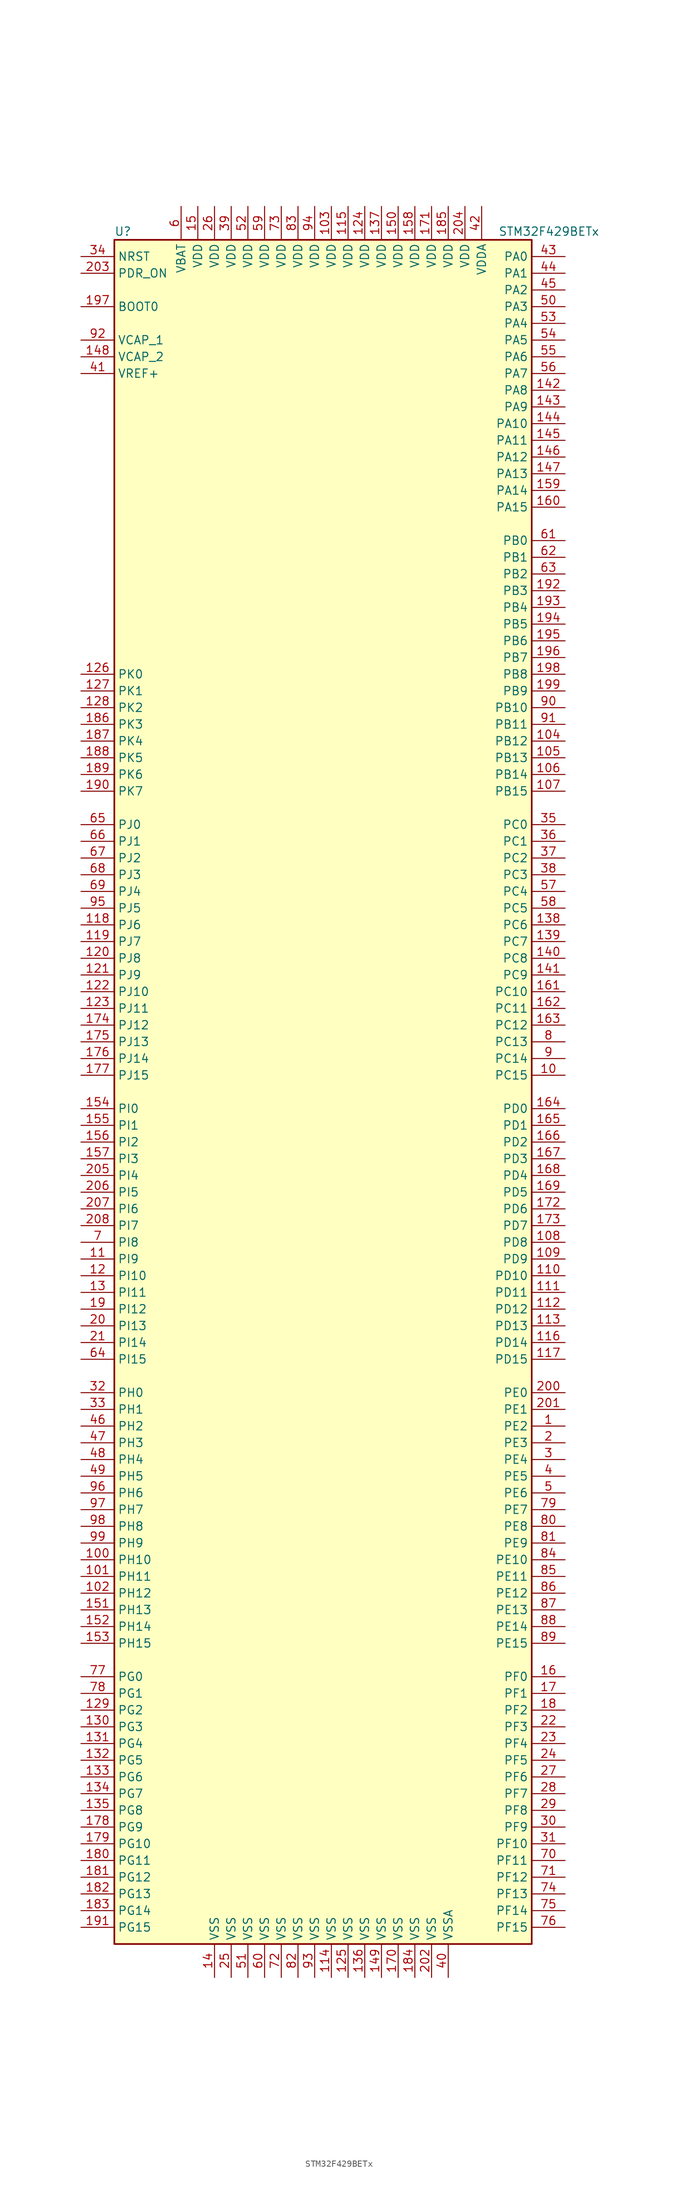
<source format=kicad_sym>
(kicad_symbol_lib
  (version 20201005)
  (generator kicad_symbol_editor)
  (symbol "STM32F429BETx"
    (property "Reference" "U"
      (at -33.02 130.81 0)
      (effects (font (size 1.27 1.27)) (justify left)))
    (property "Value" "STM32F429BETx"
      (at 25.4 130.81 0)
      (effects (font (size 1.27 1.27)) (justify left)))
    (symbol "STM32F429BETx_0_1"
      (rectangle (start -33.02 -129.54) (end 30.48 129.54) (stroke (width 0.254)) (fill (type background))))
    (symbol "STM32F429BETx_1_1"
      (pin bidirectional line (at 35.56 -50.8 180) (length 5.08) (name "PE2" (effects (font (size 1.27 1.27)))) (number "1" (effects (font (size 1.27 1.27)))))
      (pin bidirectional line (at 35.56 2.54 180) (length 5.08) (name "PC15" (effects (font (size 1.27 1.27)))) (number "10" (effects (font (size 1.27 1.27)))))
      (pin bidirectional line (at -38.1 -71.12 0) (length 5.08) (name "PH10" (effects (font (size 1.27 1.27)))) (number "100" (effects (font (size 1.27 1.27)))))
      (pin bidirectional line (at -38.1 -73.66 0) (length 5.08) (name "PH11" (effects (font (size 1.27 1.27)))) (number "101" (effects (font (size 1.27 1.27)))))
      (pin bidirectional line (at -38.1 -76.2 0) (length 5.08) (name "PH12" (effects (font (size 1.27 1.27)))) (number "102" (effects (font (size 1.27 1.27)))))
      (pin power_in line (at 0 134.62 270) (length 5.08) (name "VDD" (effects (font (size 1.27 1.27)))) (number "103" (effects (font (size 1.27 1.27)))))
      (pin bidirectional line (at 35.56 53.34 180) (length 5.08) (name "PB12" (effects (font (size 1.27 1.27)))) (number "104" (effects (font (size 1.27 1.27)))))
      (pin bidirectional line (at 35.56 50.8 180) (length 5.08) (name "PB13" (effects (font (size 1.27 1.27)))) (number "105" (effects (font (size 1.27 1.27)))))
      (pin bidirectional line (at 35.56 48.26 180) (length 5.08) (name "PB14" (effects (font (size 1.27 1.27)))) (number "106" (effects (font (size 1.27 1.27)))))
      (pin bidirectional line (at 35.56 45.72 180) (length 5.08) (name "PB15" (effects (font (size 1.27 1.27)))) (number "107" (effects (font (size 1.27 1.27)))))
      (pin bidirectional line (at 35.56 -22.86 180) (length 5.08) (name "PD8" (effects (font (size 1.27 1.27)))) (number "108" (effects (font (size 1.27 1.27)))))
      (pin bidirectional line (at 35.56 -25.4 180) (length 5.08) (name "PD9" (effects (font (size 1.27 1.27)))) (number "109" (effects (font (size 1.27 1.27)))))
      (pin bidirectional line (at -38.1 -25.4 0) (length 5.08) (name "PI9" (effects (font (size 1.27 1.27)))) (number "11" (effects (font (size 1.27 1.27)))))
      (pin bidirectional line (at 35.56 -27.94 180) (length 5.08) (name "PD10" (effects (font (size 1.27 1.27)))) (number "110" (effects (font (size 1.27 1.27)))))
      (pin bidirectional line (at 35.56 -30.48 180) (length 5.08) (name "PD11" (effects (font (size 1.27 1.27)))) (number "111" (effects (font (size 1.27 1.27)))))
      (pin bidirectional line (at 35.56 -33.02 180) (length 5.08) (name "PD12" (effects (font (size 1.27 1.27)))) (number "112" (effects (font (size 1.27 1.27)))))
      (pin bidirectional line (at 35.56 -35.56 180) (length 5.08) (name "PD13" (effects (font (size 1.27 1.27)))) (number "113" (effects (font (size 1.27 1.27)))))
      (pin power_in line (at 0 -134.62 90) (length 5.08) (name "VSS" (effects (font (size 1.27 1.27)))) (number "114" (effects (font (size 1.27 1.27)))))
      (pin power_in line (at 2.54 134.62 270) (length 5.08) (name "VDD" (effects (font (size 1.27 1.27)))) (number "115" (effects (font (size 1.27 1.27)))))
      (pin bidirectional line (at 35.56 -38.1 180) (length 5.08) (name "PD14" (effects (font (size 1.27 1.27)))) (number "116" (effects (font (size 1.27 1.27)))))
      (pin bidirectional line (at 35.56 -40.64 180) (length 5.08) (name "PD15" (effects (font (size 1.27 1.27)))) (number "117" (effects (font (size 1.27 1.27)))))
      (pin bidirectional line (at -38.1 25.4 0) (length 5.08) (name "PJ6" (effects (font (size 1.27 1.27)))) (number "118" (effects (font (size 1.27 1.27)))))
      (pin bidirectional line (at -38.1 22.86 0) (length 5.08) (name "PJ7" (effects (font (size 1.27 1.27)))) (number "119" (effects (font (size 1.27 1.27)))))
      (pin bidirectional line (at -38.1 -27.94 0) (length 5.08) (name "PI10" (effects (font (size 1.27 1.27)))) (number "12" (effects (font (size 1.27 1.27)))))
      (pin bidirectional line (at -38.1 20.32 0) (length 5.08) (name "PJ8" (effects (font (size 1.27 1.27)))) (number "120" (effects (font (size 1.27 1.27)))))
      (pin bidirectional line (at -38.1 17.78 0) (length 5.08) (name "PJ9" (effects (font (size 1.27 1.27)))) (number "121" (effects (font (size 1.27 1.27)))))
      (pin bidirectional line (at -38.1 15.24 0) (length 5.08) (name "PJ10" (effects (font (size 1.27 1.27)))) (number "122" (effects (font (size 1.27 1.27)))))
      (pin bidirectional line (at -38.1 12.7 0) (length 5.08) (name "PJ11" (effects (font (size 1.27 1.27)))) (number "123" (effects (font (size 1.27 1.27)))))
      (pin power_in line (at 5.08 134.62 270) (length 5.08) (name "VDD" (effects (font (size 1.27 1.27)))) (number "124" (effects (font (size 1.27 1.27)))))
      (pin power_in line (at 2.54 -134.62 90) (length 5.08) (name "VSS" (effects (font (size 1.27 1.27)))) (number "125" (effects (font (size 1.27 1.27)))))
      (pin bidirectional line (at -38.1 63.5 0) (length 5.08) (name "PK0" (effects (font (size 1.27 1.27)))) (number "126" (effects (font (size 1.27 1.27)))))
      (pin bidirectional line (at -38.1 60.96 0) (length 5.08) (name "PK1" (effects (font (size 1.27 1.27)))) (number "127" (effects (font (size 1.27 1.27)))))
      (pin bidirectional line (at -38.1 58.42 0) (length 5.08) (name "PK2" (effects (font (size 1.27 1.27)))) (number "128" (effects (font (size 1.27 1.27)))))
      (pin bidirectional line (at -38.1 -93.98 0) (length 5.08) (name "PG2" (effects (font (size 1.27 1.27)))) (number "129" (effects (font (size 1.27 1.27)))))
      (pin bidirectional line (at -38.1 -30.48 0) (length 5.08) (name "PI11" (effects (font (size 1.27 1.27)))) (number "13" (effects (font (size 1.27 1.27)))))
      (pin bidirectional line (at -38.1 -96.52 0) (length 5.08) (name "PG3" (effects (font (size 1.27 1.27)))) (number "130" (effects (font (size 1.27 1.27)))))
      (pin bidirectional line (at -38.1 -99.06 0) (length 5.08) (name "PG4" (effects (font (size 1.27 1.27)))) (number "131" (effects (font (size 1.27 1.27)))))
      (pin bidirectional line (at -38.1 -101.6 0) (length 5.08) (name "PG5" (effects (font (size 1.27 1.27)))) (number "132" (effects (font (size 1.27 1.27)))))
      (pin bidirectional line (at -38.1 -104.14 0) (length 5.08) (name "PG6" (effects (font (size 1.27 1.27)))) (number "133" (effects (font (size 1.27 1.27)))))
      (pin bidirectional line (at -38.1 -106.68 0) (length 5.08) (name "PG7" (effects (font (size 1.27 1.27)))) (number "134" (effects (font (size 1.27 1.27)))))
      (pin bidirectional line (at -38.1 -109.22 0) (length 5.08) (name "PG8" (effects (font (size 1.27 1.27)))) (number "135" (effects (font (size 1.27 1.27)))))
      (pin power_in line (at 5.08 -134.62 90) (length 5.08) (name "VSS" (effects (font (size 1.27 1.27)))) (number "136" (effects (font (size 1.27 1.27)))))
      (pin power_in line (at 7.62 134.62 270) (length 5.08) (name "VDD" (effects (font (size 1.27 1.27)))) (number "137" (effects (font (size 1.27 1.27)))))
      (pin bidirectional line (at 35.56 25.4 180) (length 5.08) (name "PC6" (effects (font (size 1.27 1.27)))) (number "138" (effects (font (size 1.27 1.27)))))
      (pin bidirectional line (at 35.56 22.86 180) (length 5.08) (name "PC7" (effects (font (size 1.27 1.27)))) (number "139" (effects (font (size 1.27 1.27)))))
      (pin power_in line (at -17.78 -134.62 90) (length 5.08) (name "VSS" (effects (font (size 1.27 1.27)))) (number "14" (effects (font (size 1.27 1.27)))))
      (pin bidirectional line (at 35.56 20.32 180) (length 5.08) (name "PC8" (effects (font (size 1.27 1.27)))) (number "140" (effects (font (size 1.27 1.27)))))
      (pin bidirectional line (at 35.56 17.78 180) (length 5.08) (name "PC9" (effects (font (size 1.27 1.27)))) (number "141" (effects (font (size 1.27 1.27)))))
      (pin bidirectional line (at 35.56 106.68 180) (length 5.08) (name "PA8" (effects (font (size 1.27 1.27)))) (number "142" (effects (font (size 1.27 1.27)))))
      (pin bidirectional line (at 35.56 104.14 180) (length 5.08) (name "PA9" (effects (font (size 1.27 1.27)))) (number "143" (effects (font (size 1.27 1.27)))))
      (pin bidirectional line (at 35.56 101.6 180) (length 5.08) (name "PA10" (effects (font (size 1.27 1.27)))) (number "144" (effects (font (size 1.27 1.27)))))
      (pin bidirectional line (at 35.56 99.06 180) (length 5.08) (name "PA11" (effects (font (size 1.27 1.27)))) (number "145" (effects (font (size 1.27 1.27)))))
      (pin bidirectional line (at 35.56 96.52 180) (length 5.08) (name "PA12" (effects (font (size 1.27 1.27)))) (number "146" (effects (font (size 1.27 1.27)))))
      (pin bidirectional line (at 35.56 93.98 180) (length 5.08) (name "PA13" (effects (font (size 1.27 1.27)))) (number "147" (effects (font (size 1.27 1.27)))))
      (pin power_in line (at -38.1 111.76 0) (length 5.08) (name "VCAP_2" (effects (font (size 1.27 1.27)))) (number "148" (effects (font (size 1.27 1.27)))))
      (pin power_in line (at 7.62 -134.62 90) (length 5.08) (name "VSS" (effects (font (size 1.27 1.27)))) (number "149" (effects (font (size 1.27 1.27)))))
      (pin power_in line (at -20.32 134.62 270) (length 5.08) (name "VDD" (effects (font (size 1.27 1.27)))) (number "15" (effects (font (size 1.27 1.27)))))
      (pin power_in line (at 10.16 134.62 270) (length 5.08) (name "VDD" (effects (font (size 1.27 1.27)))) (number "150" (effects (font (size 1.27 1.27)))))
      (pin bidirectional line (at -38.1 -78.74 0) (length 5.08) (name "PH13" (effects (font (size 1.27 1.27)))) (number "151" (effects (font (size 1.27 1.27)))))
      (pin bidirectional line (at -38.1 -81.28 0) (length 5.08) (name "PH14" (effects (font (size 1.27 1.27)))) (number "152" (effects (font (size 1.27 1.27)))))
      (pin bidirectional line (at -38.1 -83.82 0) (length 5.08) (name "PH15" (effects (font (size 1.27 1.27)))) (number "153" (effects (font (size 1.27 1.27)))))
      (pin bidirectional line (at -38.1 -2.54 0) (length 5.08) (name "PI0" (effects (font (size 1.27 1.27)))) (number "154" (effects (font (size 1.27 1.27)))))
      (pin bidirectional line (at -38.1 -5.08 0) (length 5.08) (name "PI1" (effects (font (size 1.27 1.27)))) (number "155" (effects (font (size 1.27 1.27)))))
      (pin bidirectional line (at -38.1 -7.62 0) (length 5.08) (name "PI2" (effects (font (size 1.27 1.27)))) (number "156" (effects (font (size 1.27 1.27)))))
      (pin bidirectional line (at -38.1 -10.16 0) (length 5.08) (name "PI3" (effects (font (size 1.27 1.27)))) (number "157" (effects (font (size 1.27 1.27)))))
      (pin power_in line (at 12.7 134.62 270) (length 5.08) (name "VDD" (effects (font (size 1.27 1.27)))) (number "158" (effects (font (size 1.27 1.27)))))
      (pin bidirectional line (at 35.56 91.44 180) (length 5.08) (name "PA14" (effects (font (size 1.27 1.27)))) (number "159" (effects (font (size 1.27 1.27)))))
      (pin bidirectional line (at 35.56 -88.9 180) (length 5.08) (name "PF0" (effects (font (size 1.27 1.27)))) (number "16" (effects (font (size 1.27 1.27)))))
      (pin bidirectional line (at 35.56 88.9 180) (length 5.08) (name "PA15" (effects (font (size 1.27 1.27)))) (number "160" (effects (font (size 1.27 1.27)))))
      (pin bidirectional line (at 35.56 15.24 180) (length 5.08) (name "PC10" (effects (font (size 1.27 1.27)))) (number "161" (effects (font (size 1.27 1.27)))))
      (pin bidirectional line (at 35.56 12.7 180) (length 5.08) (name "PC11" (effects (font (size 1.27 1.27)))) (number "162" (effects (font (size 1.27 1.27)))))
      (pin bidirectional line (at 35.56 10.16 180) (length 5.08) (name "PC12" (effects (font (size 1.27 1.27)))) (number "163" (effects (font (size 1.27 1.27)))))
      (pin bidirectional line (at 35.56 -2.54 180) (length 5.08) (name "PD0" (effects (font (size 1.27 1.27)))) (number "164" (effects (font (size 1.27 1.27)))))
      (pin bidirectional line (at 35.56 -5.08 180) (length 5.08) (name "PD1" (effects (font (size 1.27 1.27)))) (number "165" (effects (font (size 1.27 1.27)))))
      (pin bidirectional line (at 35.56 -7.62 180) (length 5.08) (name "PD2" (effects (font (size 1.27 1.27)))) (number "166" (effects (font (size 1.27 1.27)))))
      (pin bidirectional line (at 35.56 -10.16 180) (length 5.08) (name "PD3" (effects (font (size 1.27 1.27)))) (number "167" (effects (font (size 1.27 1.27)))))
      (pin bidirectional line (at 35.56 -12.7 180) (length 5.08) (name "PD4" (effects (font (size 1.27 1.27)))) (number "168" (effects (font (size 1.27 1.27)))))
      (pin bidirectional line (at 35.56 -15.24 180) (length 5.08) (name "PD5" (effects (font (size 1.27 1.27)))) (number "169" (effects (font (size 1.27 1.27)))))
      (pin bidirectional line (at 35.56 -91.44 180) (length 5.08) (name "PF1" (effects (font (size 1.27 1.27)))) (number "17" (effects (font (size 1.27 1.27)))))
      (pin power_in line (at 10.16 -134.62 90) (length 5.08) (name "VSS" (effects (font (size 1.27 1.27)))) (number "170" (effects (font (size 1.27 1.27)))))
      (pin power_in line (at 15.24 134.62 270) (length 5.08) (name "VDD" (effects (font (size 1.27 1.27)))) (number "171" (effects (font (size 1.27 1.27)))))
      (pin bidirectional line (at 35.56 -17.78 180) (length 5.08) (name "PD6" (effects (font (size 1.27 1.27)))) (number "172" (effects (font (size 1.27 1.27)))))
      (pin bidirectional line (at 35.56 -20.32 180) (length 5.08) (name "PD7" (effects (font (size 1.27 1.27)))) (number "173" (effects (font (size 1.27 1.27)))))
      (pin bidirectional line (at -38.1 10.16 0) (length 5.08) (name "PJ12" (effects (font (size 1.27 1.27)))) (number "174" (effects (font (size 1.27 1.27)))))
      (pin bidirectional line (at -38.1 7.62 0) (length 5.08) (name "PJ13" (effects (font (size 1.27 1.27)))) (number "175" (effects (font (size 1.27 1.27)))))
      (pin bidirectional line (at -38.1 5.08 0) (length 5.08) (name "PJ14" (effects (font (size 1.27 1.27)))) (number "176" (effects (font (size 1.27 1.27)))))
      (pin bidirectional line (at -38.1 2.54 0) (length 5.08) (name "PJ15" (effects (font (size 1.27 1.27)))) (number "177" (effects (font (size 1.27 1.27)))))
      (pin bidirectional line (at -38.1 -111.76 0) (length 5.08) (name "PG9" (effects (font (size 1.27 1.27)))) (number "178" (effects (font (size 1.27 1.27)))))
      (pin bidirectional line (at -38.1 -114.3 0) (length 5.08) (name "PG10" (effects (font (size 1.27 1.27)))) (number "179" (effects (font (size 1.27 1.27)))))
      (pin bidirectional line (at 35.56 -93.98 180) (length 5.08) (name "PF2" (effects (font (size 1.27 1.27)))) (number "18" (effects (font (size 1.27 1.27)))))
      (pin bidirectional line (at -38.1 -116.84 0) (length 5.08) (name "PG11" (effects (font (size 1.27 1.27)))) (number "180" (effects (font (size 1.27 1.27)))))
      (pin bidirectional line (at -38.1 -119.38 0) (length 5.08) (name "PG12" (effects (font (size 1.27 1.27)))) (number "181" (effects (font (size 1.27 1.27)))))
      (pin bidirectional line (at -38.1 -121.92 0) (length 5.08) (name "PG13" (effects (font (size 1.27 1.27)))) (number "182" (effects (font (size 1.27 1.27)))))
      (pin bidirectional line (at -38.1 -124.46 0) (length 5.08) (name "PG14" (effects (font (size 1.27 1.27)))) (number "183" (effects (font (size 1.27 1.27)))))
      (pin power_in line (at 12.7 -134.62 90) (length 5.08) (name "VSS" (effects (font (size 1.27 1.27)))) (number "184" (effects (font (size 1.27 1.27)))))
      (pin power_in line (at 17.78 134.62 270) (length 5.08) (name "VDD" (effects (font (size 1.27 1.27)))) (number "185" (effects (font (size 1.27 1.27)))))
      (pin bidirectional line (at -38.1 55.88 0) (length 5.08) (name "PK3" (effects (font (size 1.27 1.27)))) (number "186" (effects (font (size 1.27 1.27)))))
      (pin bidirectional line (at -38.1 53.34 0) (length 5.08) (name "PK4" (effects (font (size 1.27 1.27)))) (number "187" (effects (font (size 1.27 1.27)))))
      (pin bidirectional line (at -38.1 50.8 0) (length 5.08) (name "PK5" (effects (font (size 1.27 1.27)))) (number "188" (effects (font (size 1.27 1.27)))))
      (pin bidirectional line (at -38.1 48.26 0) (length 5.08) (name "PK6" (effects (font (size 1.27 1.27)))) (number "189" (effects (font (size 1.27 1.27)))))
      (pin bidirectional line (at -38.1 -33.02 0) (length 5.08) (name "PI12" (effects (font (size 1.27 1.27)))) (number "19" (effects (font (size 1.27 1.27)))))
      (pin bidirectional line (at -38.1 45.72 0) (length 5.08) (name "PK7" (effects (font (size 1.27 1.27)))) (number "190" (effects (font (size 1.27 1.27)))))
      (pin bidirectional line (at -38.1 -127 0) (length 5.08) (name "PG15" (effects (font (size 1.27 1.27)))) (number "191" (effects (font (size 1.27 1.27)))))
      (pin bidirectional line (at 35.56 76.2 180) (length 5.08) (name "PB3" (effects (font (size 1.27 1.27)))) (number "192" (effects (font (size 1.27 1.27)))))
      (pin bidirectional line (at 35.56 73.66 180) (length 5.08) (name "PB4" (effects (font (size 1.27 1.27)))) (number "193" (effects (font (size 1.27 1.27)))))
      (pin bidirectional line (at 35.56 71.12 180) (length 5.08) (name "PB5" (effects (font (size 1.27 1.27)))) (number "194" (effects (font (size 1.27 1.27)))))
      (pin bidirectional line (at 35.56 68.58 180) (length 5.08) (name "PB6" (effects (font (size 1.27 1.27)))) (number "195" (effects (font (size 1.27 1.27)))))
      (pin bidirectional line (at 35.56 66.04 180) (length 5.08) (name "PB7" (effects (font (size 1.27 1.27)))) (number "196" (effects (font (size 1.27 1.27)))))
      (pin input line (at -38.1 119.38 0) (length 5.08) (name "BOOT0" (effects (font (size 1.27 1.27)))) (number "197" (effects (font (size 1.27 1.27)))))
      (pin bidirectional line (at 35.56 63.5 180) (length 5.08) (name "PB8" (effects (font (size 1.27 1.27)))) (number "198" (effects (font (size 1.27 1.27)))))
      (pin bidirectional line (at 35.56 60.96 180) (length 5.08) (name "PB9" (effects (font (size 1.27 1.27)))) (number "199" (effects (font (size 1.27 1.27)))))
      (pin bidirectional line (at 35.56 -53.34 180) (length 5.08) (name "PE3" (effects (font (size 1.27 1.27)))) (number "2" (effects (font (size 1.27 1.27)))))
      (pin bidirectional line (at -38.1 -35.56 0) (length 5.08) (name "PI13" (effects (font (size 1.27 1.27)))) (number "20" (effects (font (size 1.27 1.27)))))
      (pin bidirectional line (at 35.56 -45.72 180) (length 5.08) (name "PE0" (effects (font (size 1.27 1.27)))) (number "200" (effects (font (size 1.27 1.27)))))
      (pin bidirectional line (at 35.56 -48.26 180) (length 5.08) (name "PE1" (effects (font (size 1.27 1.27)))) (number "201" (effects (font (size 1.27 1.27)))))
      (pin power_in line (at 15.24 -134.62 90) (length 5.08) (name "VSS" (effects (font (size 1.27 1.27)))) (number "202" (effects (font (size 1.27 1.27)))))
      (pin input line (at -38.1 124.46 0) (length 5.08) (name "PDR_ON" (effects (font (size 1.27 1.27)))) (number "203" (effects (font (size 1.27 1.27)))))
      (pin power_in line (at 20.32 134.62 270) (length 5.08) (name "VDD" (effects (font (size 1.27 1.27)))) (number "204" (effects (font (size 1.27 1.27)))))
      (pin bidirectional line (at -38.1 -12.7 0) (length 5.08) (name "PI4" (effects (font (size 1.27 1.27)))) (number "205" (effects (font (size 1.27 1.27)))))
      (pin bidirectional line (at -38.1 -15.24 0) (length 5.08) (name "PI5" (effects (font (size 1.27 1.27)))) (number "206" (effects (font (size 1.27 1.27)))))
      (pin bidirectional line (at -38.1 -17.78 0) (length 5.08) (name "PI6" (effects (font (size 1.27 1.27)))) (number "207" (effects (font (size 1.27 1.27)))))
      (pin bidirectional line (at -38.1 -20.32 0) (length 5.08) (name "PI7" (effects (font (size 1.27 1.27)))) (number "208" (effects (font (size 1.27 1.27)))))
      (pin bidirectional line (at -38.1 -38.1 0) (length 5.08) (name "PI14" (effects (font (size 1.27 1.27)))) (number "21" (effects (font (size 1.27 1.27)))))
      (pin bidirectional line (at 35.56 -96.52 180) (length 5.08) (name "PF3" (effects (font (size 1.27 1.27)))) (number "22" (effects (font (size 1.27 1.27)))))
      (pin bidirectional line (at 35.56 -99.06 180) (length 5.08) (name "PF4" (effects (font (size 1.27 1.27)))) (number "23" (effects (font (size 1.27 1.27)))))
      (pin bidirectional line (at 35.56 -101.6 180) (length 5.08) (name "PF5" (effects (font (size 1.27 1.27)))) (number "24" (effects (font (size 1.27 1.27)))))
      (pin power_in line (at -15.24 -134.62 90) (length 5.08) (name "VSS" (effects (font (size 1.27 1.27)))) (number "25" (effects (font (size 1.27 1.27)))))
      (pin power_in line (at -17.78 134.62 270) (length 5.08) (name "VDD" (effects (font (size 1.27 1.27)))) (number "26" (effects (font (size 1.27 1.27)))))
      (pin bidirectional line (at 35.56 -104.14 180) (length 5.08) (name "PF6" (effects (font (size 1.27 1.27)))) (number "27" (effects (font (size 1.27 1.27)))))
      (pin bidirectional line (at 35.56 -106.68 180) (length 5.08) (name "PF7" (effects (font (size 1.27 1.27)))) (number "28" (effects (font (size 1.27 1.27)))))
      (pin bidirectional line (at 35.56 -109.22 180) (length 5.08) (name "PF8" (effects (font (size 1.27 1.27)))) (number "29" (effects (font (size 1.27 1.27)))))
      (pin bidirectional line (at 35.56 -55.88 180) (length 5.08) (name "PE4" (effects (font (size 1.27 1.27)))) (number "3" (effects (font (size 1.27 1.27)))))
      (pin bidirectional line (at 35.56 -111.76 180) (length 5.08) (name "PF9" (effects (font (size 1.27 1.27)))) (number "30" (effects (font (size 1.27 1.27)))))
      (pin bidirectional line (at 35.56 -114.3 180) (length 5.08) (name "PF10" (effects (font (size 1.27 1.27)))) (number "31" (effects (font (size 1.27 1.27)))))
      (pin input line (at -38.1 -45.72 0) (length 5.08) (name "PH0" (effects (font (size 1.27 1.27)))) (number "32" (effects (font (size 1.27 1.27)))))
      (pin input line (at -38.1 -48.26 0) (length 5.08) (name "PH1" (effects (font (size 1.27 1.27)))) (number "33" (effects (font (size 1.27 1.27)))))
      (pin input line (at -38.1 127 0) (length 5.08) (name "NRST" (effects (font (size 1.27 1.27)))) (number "34" (effects (font (size 1.27 1.27)))))
      (pin bidirectional line (at 35.56 40.64 180) (length 5.08) (name "PC0" (effects (font (size 1.27 1.27)))) (number "35" (effects (font (size 1.27 1.27)))))
      (pin bidirectional line (at 35.56 38.1 180) (length 5.08) (name "PC1" (effects (font (size 1.27 1.27)))) (number "36" (effects (font (size 1.27 1.27)))))
      (pin bidirectional line (at 35.56 35.56 180) (length 5.08) (name "PC2" (effects (font (size 1.27 1.27)))) (number "37" (effects (font (size 1.27 1.27)))))
      (pin bidirectional line (at 35.56 33.02 180) (length 5.08) (name "PC3" (effects (font (size 1.27 1.27)))) (number "38" (effects (font (size 1.27 1.27)))))
      (pin power_in line (at -15.24 134.62 270) (length 5.08) (name "VDD" (effects (font (size 1.27 1.27)))) (number "39" (effects (font (size 1.27 1.27)))))
      (pin bidirectional line (at 35.56 -58.42 180) (length 5.08) (name "PE5" (effects (font (size 1.27 1.27)))) (number "4" (effects (font (size 1.27 1.27)))))
      (pin power_in line (at 17.78 -134.62 90) (length 5.08) (name "VSSA" (effects (font (size 1.27 1.27)))) (number "40" (effects (font (size 1.27 1.27)))))
      (pin power_in line (at -38.1 109.22 0) (length 5.08) (name "VREF+" (effects (font (size 1.27 1.27)))) (number "41" (effects (font (size 1.27 1.27)))))
      (pin power_in line (at 22.86 134.62 270) (length 5.08) (name "VDDA" (effects (font (size 1.27 1.27)))) (number "42" (effects (font (size 1.27 1.27)))))
      (pin bidirectional line (at 35.56 127 180) (length 5.08) (name "PA0" (effects (font (size 1.27 1.27)))) (number "43" (effects (font (size 1.27 1.27)))))
      (pin bidirectional line (at 35.56 124.46 180) (length 5.08) (name "PA1" (effects (font (size 1.27 1.27)))) (number "44" (effects (font (size 1.27 1.27)))))
      (pin bidirectional line (at 35.56 121.92 180) (length 5.08) (name "PA2" (effects (font (size 1.27 1.27)))) (number "45" (effects (font (size 1.27 1.27)))))
      (pin bidirectional line (at -38.1 -50.8 0) (length 5.08) (name "PH2" (effects (font (size 1.27 1.27)))) (number "46" (effects (font (size 1.27 1.27)))))
      (pin bidirectional line (at -38.1 -53.34 0) (length 5.08) (name "PH3" (effects (font (size 1.27 1.27)))) (number "47" (effects (font (size 1.27 1.27)))))
      (pin bidirectional line (at -38.1 -55.88 0) (length 5.08) (name "PH4" (effects (font (size 1.27 1.27)))) (number "48" (effects (font (size 1.27 1.27)))))
      (pin bidirectional line (at -38.1 -58.42 0) (length 5.08) (name "PH5" (effects (font (size 1.27 1.27)))) (number "49" (effects (font (size 1.27 1.27)))))
      (pin bidirectional line (at 35.56 -60.96 180) (length 5.08) (name "PE6" (effects (font (size 1.27 1.27)))) (number "5" (effects (font (size 1.27 1.27)))))
      (pin bidirectional line (at 35.56 119.38 180) (length 5.08) (name "PA3" (effects (font (size 1.27 1.27)))) (number "50" (effects (font (size 1.27 1.27)))))
      (pin power_in line (at -12.7 -134.62 90) (length 5.08) (name "VSS" (effects (font (size 1.27 1.27)))) (number "51" (effects (font (size 1.27 1.27)))))
      (pin power_in line (at -12.7 134.62 270) (length 5.08) (name "VDD" (effects (font (size 1.27 1.27)))) (number "52" (effects (font (size 1.27 1.27)))))
      (pin bidirectional line (at 35.56 116.84 180) (length 5.08) (name "PA4" (effects (font (size 1.27 1.27)))) (number "53" (effects (font (size 1.27 1.27)))))
      (pin bidirectional line (at 35.56 114.3 180) (length 5.08) (name "PA5" (effects (font (size 1.27 1.27)))) (number "54" (effects (font (size 1.27 1.27)))))
      (pin bidirectional line (at 35.56 111.76 180) (length 5.08) (name "PA6" (effects (font (size 1.27 1.27)))) (number "55" (effects (font (size 1.27 1.27)))))
      (pin bidirectional line (at 35.56 109.22 180) (length 5.08) (name "PA7" (effects (font (size 1.27 1.27)))) (number "56" (effects (font (size 1.27 1.27)))))
      (pin bidirectional line (at 35.56 30.48 180) (length 5.08) (name "PC4" (effects (font (size 1.27 1.27)))) (number "57" (effects (font (size 1.27 1.27)))))
      (pin bidirectional line (at 35.56 27.94 180) (length 5.08) (name "PC5" (effects (font (size 1.27 1.27)))) (number "58" (effects (font (size 1.27 1.27)))))
      (pin power_in line (at -10.16 134.62 270) (length 5.08) (name "VDD" (effects (font (size 1.27 1.27)))) (number "59" (effects (font (size 1.27 1.27)))))
      (pin power_in line (at -22.86 134.62 270) (length 5.08) (name "VBAT" (effects (font (size 1.27 1.27)))) (number "6" (effects (font (size 1.27 1.27)))))
      (pin power_in line (at -10.16 -134.62 90) (length 5.08) (name "VSS" (effects (font (size 1.27 1.27)))) (number "60" (effects (font (size 1.27 1.27)))))
      (pin bidirectional line (at 35.56 83.82 180) (length 5.08) (name "PB0" (effects (font (size 1.27 1.27)))) (number "61" (effects (font (size 1.27 1.27)))))
      (pin bidirectional line (at 35.56 81.28 180) (length 5.08) (name "PB1" (effects (font (size 1.27 1.27)))) (number "62" (effects (font (size 1.27 1.27)))))
      (pin bidirectional line (at 35.56 78.74 180) (length 5.08) (name "PB2" (effects (font (size 1.27 1.27)))) (number "63" (effects (font (size 1.27 1.27)))))
      (pin bidirectional line (at -38.1 -40.64 0) (length 5.08) (name "PI15" (effects (font (size 1.27 1.27)))) (number "64" (effects (font (size 1.27 1.27)))))
      (pin bidirectional line (at -38.1 40.64 0) (length 5.08) (name "PJ0" (effects (font (size 1.27 1.27)))) (number "65" (effects (font (size 1.27 1.27)))))
      (pin bidirectional line (at -38.1 38.1 0) (length 5.08) (name "PJ1" (effects (font (size 1.27 1.27)))) (number "66" (effects (font (size 1.27 1.27)))))
      (pin bidirectional line (at -38.1 35.56 0) (length 5.08) (name "PJ2" (effects (font (size 1.27 1.27)))) (number "67" (effects (font (size 1.27 1.27)))))
      (pin bidirectional line (at -38.1 33.02 0) (length 5.08) (name "PJ3" (effects (font (size 1.27 1.27)))) (number "68" (effects (font (size 1.27 1.27)))))
      (pin bidirectional line (at -38.1 30.48 0) (length 5.08) (name "PJ4" (effects (font (size 1.27 1.27)))) (number "69" (effects (font (size 1.27 1.27)))))
      (pin bidirectional line (at -38.1 -22.86 0) (length 5.08) (name "PI8" (effects (font (size 1.27 1.27)))) (number "7" (effects (font (size 1.27 1.27)))))
      (pin bidirectional line (at 35.56 -116.84 180) (length 5.08) (name "PF11" (effects (font (size 1.27 1.27)))) (number "70" (effects (font (size 1.27 1.27)))))
      (pin bidirectional line (at 35.56 -119.38 180) (length 5.08) (name "PF12" (effects (font (size 1.27 1.27)))) (number "71" (effects (font (size 1.27 1.27)))))
      (pin power_in line (at -7.62 -134.62 90) (length 5.08) (name "VSS" (effects (font (size 1.27 1.27)))) (number "72" (effects (font (size 1.27 1.27)))))
      (pin power_in line (at -7.62 134.62 270) (length 5.08) (name "VDD" (effects (font (size 1.27 1.27)))) (number "73" (effects (font (size 1.27 1.27)))))
      (pin bidirectional line (at 35.56 -121.92 180) (length 5.08) (name "PF13" (effects (font (size 1.27 1.27)))) (number "74" (effects (font (size 1.27 1.27)))))
      (pin bidirectional line (at 35.56 -124.46 180) (length 5.08) (name "PF14" (effects (font (size 1.27 1.27)))) (number "75" (effects (font (size 1.27 1.27)))))
      (pin bidirectional line (at 35.56 -127 180) (length 5.08) (name "PF15" (effects (font (size 1.27 1.27)))) (number "76" (effects (font (size 1.27 1.27)))))
      (pin bidirectional line (at -38.1 -88.9 0) (length 5.08) (name "PG0" (effects (font (size 1.27 1.27)))) (number "77" (effects (font (size 1.27 1.27)))))
      (pin bidirectional line (at -38.1 -91.44 0) (length 5.08) (name "PG1" (effects (font (size 1.27 1.27)))) (number "78" (effects (font (size 1.27 1.27)))))
      (pin bidirectional line (at 35.56 -63.5 180) (length 5.08) (name "PE7" (effects (font (size 1.27 1.27)))) (number "79" (effects (font (size 1.27 1.27)))))
      (pin bidirectional line (at 35.56 7.62 180) (length 5.08) (name "PC13" (effects (font (size 1.27 1.27)))) (number "8" (effects (font (size 1.27 1.27)))))
      (pin bidirectional line (at 35.56 -66.04 180) (length 5.08) (name "PE8" (effects (font (size 1.27 1.27)))) (number "80" (effects (font (size 1.27 1.27)))))
      (pin bidirectional line (at 35.56 -68.58 180) (length 5.08) (name "PE9" (effects (font (size 1.27 1.27)))) (number "81" (effects (font (size 1.27 1.27)))))
      (pin power_in line (at -5.08 -134.62 90) (length 5.08) (name "VSS" (effects (font (size 1.27 1.27)))) (number "82" (effects (font (size 1.27 1.27)))))
      (pin power_in line (at -5.08 134.62 270) (length 5.08) (name "VDD" (effects (font (size 1.27 1.27)))) (number "83" (effects (font (size 1.27 1.27)))))
      (pin bidirectional line (at 35.56 -71.12 180) (length 5.08) (name "PE10" (effects (font (size 1.27 1.27)))) (number "84" (effects (font (size 1.27 1.27)))))
      (pin bidirectional line (at 35.56 -73.66 180) (length 5.08) (name "PE11" (effects (font (size 1.27 1.27)))) (number "85" (effects (font (size 1.27 1.27)))))
      (pin bidirectional line (at 35.56 -76.2 180) (length 5.08) (name "PE12" (effects (font (size 1.27 1.27)))) (number "86" (effects (font (size 1.27 1.27)))))
      (pin bidirectional line (at 35.56 -78.74 180) (length 5.08) (name "PE13" (effects (font (size 1.27 1.27)))) (number "87" (effects (font (size 1.27 1.27)))))
      (pin bidirectional line (at 35.56 -81.28 180) (length 5.08) (name "PE14" (effects (font (size 1.27 1.27)))) (number "88" (effects (font (size 1.27 1.27)))))
      (pin bidirectional line (at 35.56 -83.82 180) (length 5.08) (name "PE15" (effects (font (size 1.27 1.27)))) (number "89" (effects (font (size 1.27 1.27)))))
      (pin bidirectional line (at 35.56 5.08 180) (length 5.08) (name "PC14" (effects (font (size 1.27 1.27)))) (number "9" (effects (font (size 1.27 1.27)))))
      (pin bidirectional line (at 35.56 58.42 180) (length 5.08) (name "PB10" (effects (font (size 1.27 1.27)))) (number "90" (effects (font (size 1.27 1.27)))))
      (pin bidirectional line (at 35.56 55.88 180) (length 5.08) (name "PB11" (effects (font (size 1.27 1.27)))) (number "91" (effects (font (size 1.27 1.27)))))
      (pin power_in line (at -38.1 114.3 0) (length 5.08) (name "VCAP_1" (effects (font (size 1.27 1.27)))) (number "92" (effects (font (size 1.27 1.27)))))
      (pin power_in line (at -2.54 -134.62 90) (length 5.08) (name "VSS" (effects (font (size 1.27 1.27)))) (number "93" (effects (font (size 1.27 1.27)))))
      (pin power_in line (at -2.54 134.62 270) (length 5.08) (name "VDD" (effects (font (size 1.27 1.27)))) (number "94" (effects (font (size 1.27 1.27)))))
      (pin bidirectional line (at -38.1 27.94 0) (length 5.08) (name "PJ5" (effects (font (size 1.27 1.27)))) (number "95" (effects (font (size 1.27 1.27)))))
      (pin bidirectional line (at -38.1 -60.96 0) (length 5.08) (name "PH6" (effects (font (size 1.27 1.27)))) (number "96" (effects (font (size 1.27 1.27)))))
      (pin bidirectional line (at -38.1 -63.5 0) (length 5.08) (name "PH7" (effects (font (size 1.27 1.27)))) (number "97" (effects (font (size 1.27 1.27)))))
      (pin bidirectional line (at -38.1 -66.04 0) (length 5.08) (name "PH8" (effects (font (size 1.27 1.27)))) (number "98" (effects (font (size 1.27 1.27)))))
      (pin bidirectional line (at -38.1 -68.58 0) (length 5.08) (name "PH9" (effects (font (size 1.27 1.27)))) (number "99" (effects (font (size 1.27 1.27))))))))
</source>
